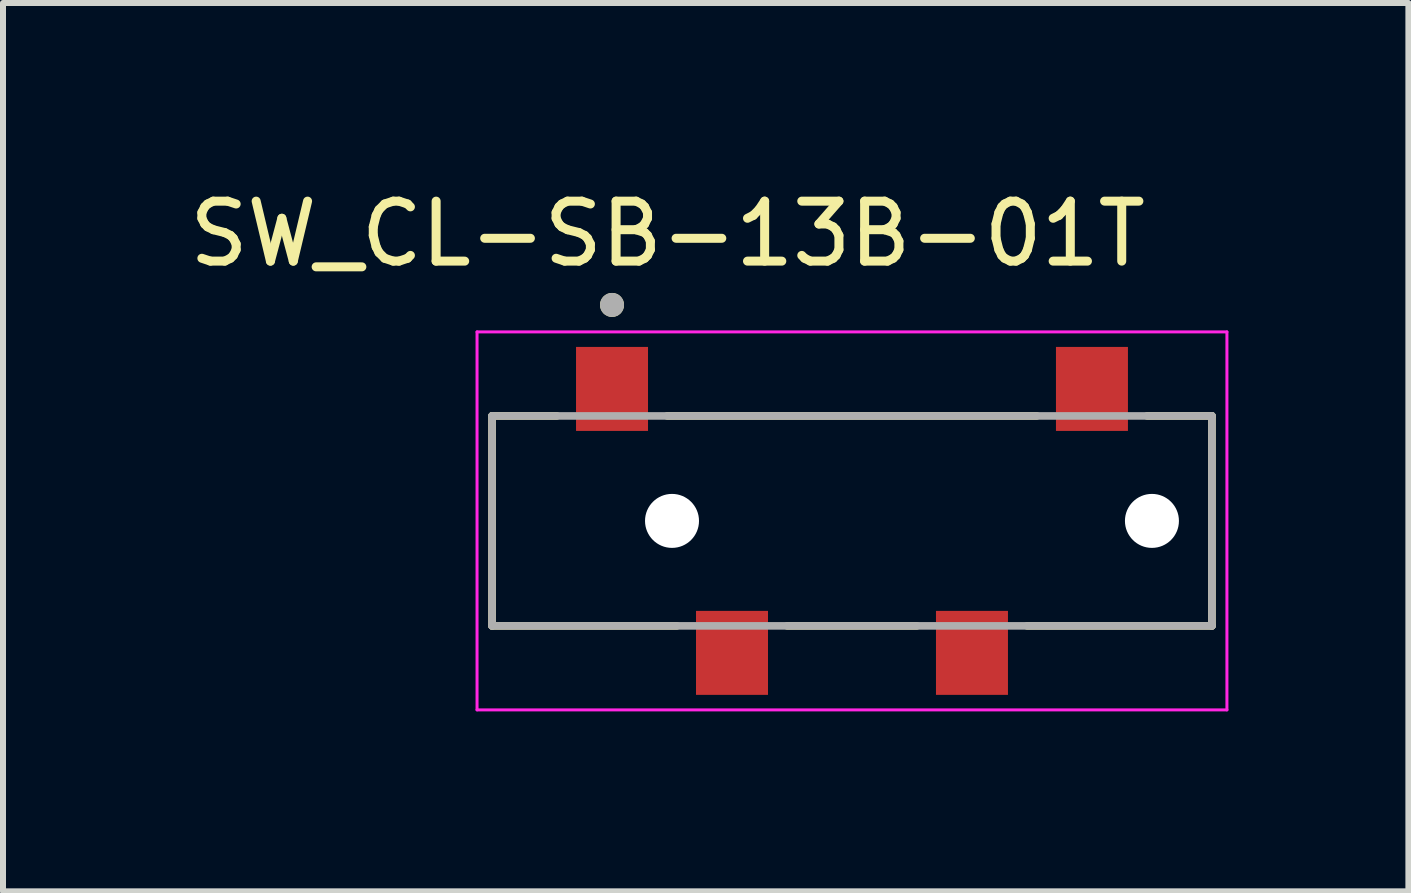
<source format=kicad_pcb>
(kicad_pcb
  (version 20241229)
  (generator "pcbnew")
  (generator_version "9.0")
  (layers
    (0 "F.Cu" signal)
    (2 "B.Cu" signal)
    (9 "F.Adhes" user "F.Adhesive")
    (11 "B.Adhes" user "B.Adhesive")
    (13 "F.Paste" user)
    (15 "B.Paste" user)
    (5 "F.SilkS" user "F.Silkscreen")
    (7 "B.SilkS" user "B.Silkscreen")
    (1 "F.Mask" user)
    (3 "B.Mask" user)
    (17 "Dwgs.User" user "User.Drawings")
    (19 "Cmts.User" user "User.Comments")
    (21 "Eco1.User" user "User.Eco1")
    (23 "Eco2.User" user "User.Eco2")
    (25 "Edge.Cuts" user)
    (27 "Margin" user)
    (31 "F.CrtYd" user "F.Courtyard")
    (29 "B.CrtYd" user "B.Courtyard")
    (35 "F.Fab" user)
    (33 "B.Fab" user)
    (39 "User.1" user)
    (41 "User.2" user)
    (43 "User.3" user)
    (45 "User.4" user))
  (footprint "SW_CL-SB-13B-01T"
    (layer "F.Cu")
    (at 11.152 5.633)
    (property "Reference" "SW_CL-SB-13B-01T" (at -3.075 -4.785 0) (layer "F.SilkS") (effects (font (size 1 1) (thickness 0.15))))
    (attr through_hole)
    (fp_line (start -6 -1.75) (end -4.92 -1.75) (stroke (width 0.127) (type solid)) (layer "F.SilkS"))
    (fp_line (start -6 1.75) (end -6 -1.75) (stroke (width 0.127) (type solid)) (layer "F.SilkS"))
    (fp_line (start -3.08 -1.75) (end 3.08 -1.75) (stroke (width 0.127) (type solid)) (layer "F.SilkS"))
    (fp_line (start -2.92 1.75) (end -6 1.75) (stroke (width 0.127) (type solid)) (layer "F.SilkS"))
    (fp_line (start -1.08 1.75) (end 1.08 1.75) (stroke (width 0.127) (type solid)) (layer "F.SilkS"))
    (fp_line (start 4.92 -1.75) (end 6 -1.75) (stroke (width 0.127) (type solid)) (layer "F.SilkS"))
    (fp_line (start 6 -1.75) (end 6 1.75) (stroke (width 0.127) (type solid)) (layer "F.SilkS"))
    (fp_line (start 6 1.75) (end 2.92 1.75) (stroke (width 0.127) (type solid)) (layer "F.SilkS"))
    (fp_circle (center -4 -3.6) (end -3.9 -3.6) (stroke (width 0.2) (type solid)) (fill no) (layer "F.SilkS"))
    (fp_line (start -6.25 -3.15) (end -6.25 3.15) (stroke (width 0.05) (type solid)) (layer "F.CrtYd"))
    (fp_line (start -6.25 3.15) (end 6.25 3.15) (stroke (width 0.05) (type solid)) (layer "F.CrtYd"))
    (fp_line (start 6.25 -3.15) (end -6.25 -3.15) (stroke (width 0.05) (type solid)) (layer "F.CrtYd"))
    (fp_line (start 6.25 3.15) (end 6.25 -3.15) (stroke (width 0.05) (type solid)) (layer "F.CrtYd"))
    (fp_line (start -6 -1.75) (end 6 -1.75) (stroke (width 0.127) (type solid)) (layer "F.Fab"))
    (fp_line (start -6 1.75) (end -6 -1.75) (stroke (width 0.127) (type solid)) (layer "F.Fab"))
    (fp_line (start 6 -1.75) (end 6 1.75) (stroke (width 0.127) (type solid)) (layer "F.Fab"))
    (fp_line (start 6 1.75) (end -6 1.75) (stroke (width 0.127) (type solid)) (layer "F.Fab"))
    (fp_circle (center -4 -3.6) (end -3.9 -3.6) (stroke (width 0.2) (type solid)) (fill no) (layer "F.Fab"))
    (pad "" np_thru_hole circle (at -3 0) (size 0.9 0.9) (drill 0.9) (layers "*.Cu" "*.Mask"))
    (pad "" np_thru_hole circle (at 5 0) (size 0.9 0.9) (drill 0.9) (layers "*.Cu" "*.Mask"))
    (pad "1" smd rect (at -4 -2.2) (size 1.2 1.4) (layers "F.Cu" "F.Mask" "F.Paste"))
    (pad "2" smd rect (at -2 2.2) (size 1.2 1.4) (layers "F.Cu" "F.Mask" "F.Paste"))
    (pad "3" smd rect (at 2 2.2) (size 1.2 1.4) (layers "F.Cu" "F.Mask" "F.Paste"))
    (pad "4" smd rect (at 4 -2.2) (size 1.2 1.4) (layers "F.Cu" "F.Mask" "F.Paste")))
  (gr_rect
    (start -3 -3)
    (end 20.427 11.808)
    (stroke (width 0.1) (type default))
    (fill no)
    (layer "Edge.Cuts")))
</source>
